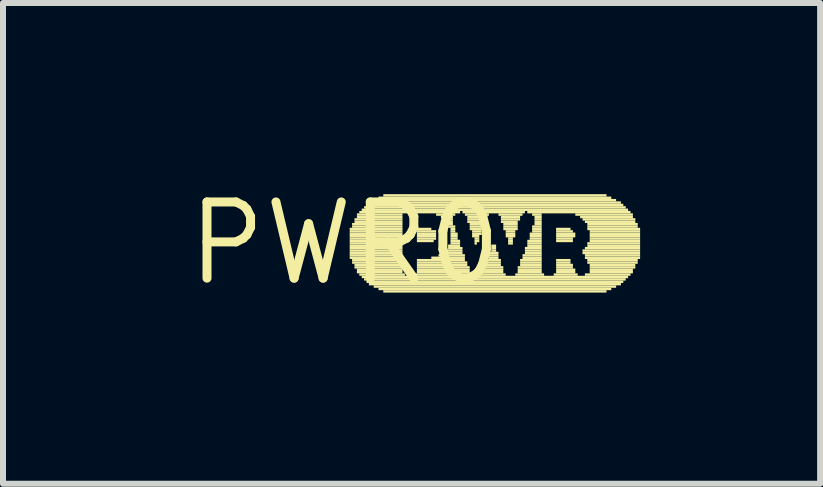
<source format=kicad_pcb>
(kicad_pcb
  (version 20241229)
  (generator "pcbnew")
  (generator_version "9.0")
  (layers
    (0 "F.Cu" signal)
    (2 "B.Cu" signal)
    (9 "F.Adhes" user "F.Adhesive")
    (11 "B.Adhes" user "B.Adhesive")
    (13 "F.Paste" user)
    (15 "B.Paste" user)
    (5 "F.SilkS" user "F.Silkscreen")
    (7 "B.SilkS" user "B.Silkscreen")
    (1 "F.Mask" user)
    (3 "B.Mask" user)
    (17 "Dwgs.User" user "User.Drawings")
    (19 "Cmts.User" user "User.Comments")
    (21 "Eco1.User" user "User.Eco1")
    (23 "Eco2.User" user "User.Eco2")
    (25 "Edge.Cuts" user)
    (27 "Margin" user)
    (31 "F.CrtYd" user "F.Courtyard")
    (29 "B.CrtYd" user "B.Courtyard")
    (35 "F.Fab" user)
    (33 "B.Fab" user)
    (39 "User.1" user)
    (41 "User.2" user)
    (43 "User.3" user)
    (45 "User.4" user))
  (footprint "PWR0"
    (layer "F.Cu")
    (at 2.698 1.006)
    (property "Reference" "PWR0" (at 0 0 0) (layer "F.SilkS") (effects (font (size 1.27 1.27) (thickness 0.15))))
    (attr through_hole)
    (fp_poly (pts (xy 0.08 -0.22) (xy 0.96 -0.22) (xy 0.96 -0.26) (xy 0.08 -0.26)) (stroke (width 0) (type solid)) (fill yes) (layer "F.SilkS"))
    (fp_poly (pts (xy 0.08 -0.18) (xy 0.96 -0.18) (xy 0.96 -0.22) (xy 0.08 -0.22)) (stroke (width 0) (type solid)) (fill yes) (layer "F.SilkS"))
    (fp_poly (pts (xy 0.08 -0.14) (xy 0.96 -0.14) (xy 0.96 -0.18) (xy 0.08 -0.18)) (stroke (width 0) (type solid)) (fill yes) (layer "F.SilkS"))
    (fp_poly (pts (xy 0.08 -0.1) (xy 0.96 -0.1) (xy 0.96 -0.14) (xy 0.08 -0.14)) (stroke (width 0) (type solid)) (fill yes) (layer "F.SilkS"))
    (fp_poly (pts (xy 0.08 -0.06) (xy 0.96 -0.06) (xy 0.96 -0.1) (xy 0.08 -0.1)) (stroke (width 0) (type solid)) (fill yes) (layer "F.SilkS"))
    (fp_poly (pts (xy 0.08 -0.02) (xy 0.96 -0.02) (xy 0.96 -0.06) (xy 0.08 -0.06)) (stroke (width 0) (type solid)) (fill yes) (layer "F.SilkS"))
    (fp_poly (pts (xy 0.08 0.02) (xy 0.96 0.02) (xy 0.96 -0.02) (xy 0.08 -0.02)) (stroke (width 0) (type solid)) (fill yes) (layer "F.SilkS"))
    (fp_poly (pts (xy 0.08 0.06) (xy 0.96 0.06) (xy 0.96 0.02) (xy 0.08 0.02)) (stroke (width 0) (type solid)) (fill yes) (layer "F.SilkS"))
    (fp_poly (pts (xy 0.08 0.1) (xy 0.96 0.1) (xy 0.96 0.06) (xy 0.08 0.06)) (stroke (width 0) (type solid)) (fill yes) (layer "F.SilkS"))
    (fp_poly (pts (xy 0.08 0.14) (xy 0.96 0.14) (xy 0.96 0.1) (xy 0.08 0.1)) (stroke (width 0) (type solid)) (fill yes) (layer "F.SilkS"))
    (fp_poly (pts (xy 0.08 0.18) (xy 0.96 0.18) (xy 0.96 0.14) (xy 0.08 0.14)) (stroke (width 0) (type solid)) (fill yes) (layer "F.SilkS"))
    (fp_poly (pts (xy 0.08 0.22) (xy 0.96 0.22) (xy 0.96 0.18) (xy 0.08 0.18)) (stroke (width 0) (type solid)) (fill yes) (layer "F.SilkS"))
    (fp_poly (pts (xy 0.08 0.26) (xy 0.96 0.26) (xy 0.96 0.22) (xy 0.08 0.22)) (stroke (width 0) (type solid)) (fill yes) (layer "F.SilkS"))
    (fp_poly (pts (xy 0.12 -0.3) (xy 0.96 -0.3) (xy 0.96 -0.34) (xy 0.12 -0.34)) (stroke (width 0) (type solid)) (fill yes) (layer "F.SilkS"))
    (fp_poly (pts (xy 0.12 -0.26) (xy 0.96 -0.26) (xy 0.96 -0.3) (xy 0.12 -0.3)) (stroke (width 0) (type solid)) (fill yes) (layer "F.SilkS"))
    (fp_poly (pts (xy 0.12 0.3) (xy 0.96 0.3) (xy 0.96 0.26) (xy 0.12 0.26)) (stroke (width 0) (type solid)) (fill yes) (layer "F.SilkS"))
    (fp_poly (pts (xy 0.12 0.34) (xy 0.96 0.34) (xy 0.96 0.3) (xy 0.12 0.3)) (stroke (width 0) (type solid)) (fill yes) (layer "F.SilkS"))
    (fp_poly (pts (xy 0.16 -0.38) (xy 0.96 -0.38) (xy 0.96 -0.42) (xy 0.16 -0.42)) (stroke (width 0) (type solid)) (fill yes) (layer "F.SilkS"))
    (fp_poly (pts (xy 0.16 -0.34) (xy 0.96 -0.34) (xy 0.96 -0.38) (xy 0.16 -0.38)) (stroke (width 0) (type solid)) (fill yes) (layer "F.SilkS"))
    (fp_poly (pts (xy 0.16 0.38) (xy 0.96 0.38) (xy 0.96 0.34) (xy 0.16 0.34)) (stroke (width 0) (type solid)) (fill yes) (layer "F.SilkS"))
    (fp_poly (pts (xy 0.16 0.42) (xy 0.96 0.42) (xy 0.96 0.38) (xy 0.16 0.38)) (stroke (width 0) (type solid)) (fill yes) (layer "F.SilkS"))
    (fp_poly (pts (xy 0.2 -0.46) (xy 0.96 -0.46) (xy 0.96 -0.5) (xy 0.2 -0.5)) (stroke (width 0) (type solid)) (fill yes) (layer "F.SilkS"))
    (fp_poly (pts (xy 0.2 -0.42) (xy 0.96 -0.42) (xy 0.96 -0.46) (xy 0.2 -0.46)) (stroke (width 0) (type solid)) (fill yes) (layer "F.SilkS"))
    (fp_poly (pts (xy 0.2 0.46) (xy 0.96 0.46) (xy 0.96 0.42) (xy 0.2 0.42)) (stroke (width 0) (type solid)) (fill yes) (layer "F.SilkS"))
    (fp_poly (pts (xy 0.2 0.5) (xy 0.96 0.5) (xy 0.96 0.46) (xy 0.2 0.46)) (stroke (width 0) (type solid)) (fill yes) (layer "F.SilkS"))
    (fp_poly (pts (xy 0.24 -0.5) (xy 1.92 -0.5) (xy 1.92 -0.54) (xy 0.24 -0.54)) (stroke (width 0) (type solid)) (fill yes) (layer "F.SilkS"))
    (fp_poly (pts (xy 0.24 0.54) (xy 1 0.54) (xy 1 0.5) (xy 0.24 0.5)) (stroke (width 0) (type solid)) (fill yes) (layer "F.SilkS"))
    (fp_poly (pts (xy 0.28 -0.54) (xy 4.72 -0.54) (xy 4.72 -0.58) (xy 0.28 -0.58)) (stroke (width 0) (type solid)) (fill yes) (layer "F.SilkS"))
    (fp_poly (pts (xy 0.28 0.58) (xy 4.72 0.58) (xy 4.72 0.54) (xy 0.28 0.54)) (stroke (width 0) (type solid)) (fill yes) (layer "F.SilkS"))
    (fp_poly (pts (xy 0.32 -0.58) (xy 4.68 -0.58) (xy 4.68 -0.62) (xy 0.32 -0.62)) (stroke (width 0) (type solid)) (fill yes) (layer "F.SilkS"))
    (fp_poly (pts (xy 0.32 0.62) (xy 4.68 0.62) (xy 4.68 0.58) (xy 0.32 0.58)) (stroke (width 0) (type solid)) (fill yes) (layer "F.SilkS"))
    (fp_poly (pts (xy 0.36 -0.62) (xy 4.64 -0.62) (xy 4.64 -0.66) (xy 0.36 -0.66)) (stroke (width 0) (type solid)) (fill yes) (layer "F.SilkS"))
    (fp_poly (pts (xy 0.36 0.66) (xy 4.64 0.66) (xy 4.64 0.62) (xy 0.36 0.62)) (stroke (width 0) (type solid)) (fill yes) (layer "F.SilkS"))
    (fp_poly (pts (xy 0.4 -0.66) (xy 4.6 -0.66) (xy 4.6 -0.7) (xy 0.4 -0.7)) (stroke (width 0) (type solid)) (fill yes) (layer "F.SilkS"))
    (fp_poly (pts (xy 0.4 0.7) (xy 4.6 0.7) (xy 4.6 0.66) (xy 0.4 0.66)) (stroke (width 0) (type solid)) (fill yes) (layer "F.SilkS"))
    (fp_poly (pts (xy 0.48 -0.7) (xy 4.52 -0.7) (xy 4.52 -0.74) (xy 0.48 -0.74)) (stroke (width 0) (type solid)) (fill yes) (layer "F.SilkS"))
    (fp_poly (pts (xy 0.48 0.74) (xy 4.52 0.74) (xy 4.52 0.7) (xy 0.48 0.7)) (stroke (width 0) (type solid)) (fill yes) (layer "F.SilkS"))
    (fp_poly (pts (xy 0.56 -0.74) (xy 4.44 -0.74) (xy 4.44 -0.78) (xy 0.56 -0.78)) (stroke (width 0) (type solid)) (fill yes) (layer "F.SilkS"))
    (fp_poly (pts (xy 0.56 0.78) (xy 4.44 0.78) (xy 4.44 0.74) (xy 0.56 0.74)) (stroke (width 0) (type solid)) (fill yes) (layer "F.SilkS"))
    (fp_poly (pts (xy 0.64 -0.78) (xy 4.36 -0.78) (xy 4.36 -0.82) (xy 0.64 -0.82)) (stroke (width 0) (type solid)) (fill yes) (layer "F.SilkS"))
    (fp_poly (pts (xy 0.64 0.82) (xy 4.36 0.82) (xy 4.36 0.78) (xy 0.64 0.78)) (stroke (width 0) (type solid)) (fill yes) (layer "F.SilkS"))
    (fp_poly (pts (xy 1.16 0.54) (xy 2.12 0.54) (xy 2.12 0.5) (xy 1.16 0.5)) (stroke (width 0) (type solid)) (fill yes) (layer "F.SilkS"))
    (fp_poly (pts (xy 1.2 -0.22) (xy 1.44 -0.22) (xy 1.44 -0.26) (xy 1.2 -0.26)) (stroke (width 0) (type solid)) (fill yes) (layer "F.SilkS"))
    (fp_poly (pts (xy 1.2 -0.18) (xy 1.52 -0.18) (xy 1.52 -0.22) (xy 1.2 -0.22)) (stroke (width 0) (type solid)) (fill yes) (layer "F.SilkS"))
    (fp_poly (pts (xy 1.2 -0.14) (xy 1.52 -0.14) (xy 1.52 -0.18) (xy 1.2 -0.18)) (stroke (width 0) (type solid)) (fill yes) (layer "F.SilkS"))
    (fp_poly (pts (xy 1.2 -0.1) (xy 1.52 -0.1) (xy 1.52 -0.14) (xy 1.2 -0.14)) (stroke (width 0) (type solid)) (fill yes) (layer "F.SilkS"))
    (fp_poly (pts (xy 1.2 -0.06) (xy 1.52 -0.06) (xy 1.52 -0.1) (xy 1.2 -0.1)) (stroke (width 0) (type solid)) (fill yes) (layer "F.SilkS"))
    (fp_poly (pts (xy 1.2 -0.02) (xy 1.48 -0.02) (xy 1.48 -0.06) (xy 1.2 -0.06)) (stroke (width 0) (type solid)) (fill yes) (layer "F.SilkS"))
    (fp_poly (pts (xy 1.2 0.3) (xy 2 0.3) (xy 2 0.26) (xy 1.2 0.26)) (stroke (width 0) (type solid)) (fill yes) (layer "F.SilkS"))
    (fp_poly (pts (xy 1.2 0.34) (xy 2.04 0.34) (xy 2.04 0.3) (xy 1.2 0.3)) (stroke (width 0) (type solid)) (fill yes) (layer "F.SilkS"))
    (fp_poly (pts (xy 1.2 0.38) (xy 2.04 0.38) (xy 2.04 0.34) (xy 1.2 0.34)) (stroke (width 0) (type solid)) (fill yes) (layer "F.SilkS"))
    (fp_poly (pts (xy 1.2 0.42) (xy 2.08 0.42) (xy 2.08 0.38) (xy 1.2 0.38)) (stroke (width 0) (type solid)) (fill yes) (layer "F.SilkS"))
    (fp_poly (pts (xy 1.2 0.46) (xy 2.08 0.46) (xy 2.08 0.42) (xy 1.2 0.42)) (stroke (width 0) (type solid)) (fill yes) (layer "F.SilkS"))
    (fp_poly (pts (xy 1.2 0.5) (xy 2.08 0.5) (xy 2.08 0.46) (xy 1.2 0.46)) (stroke (width 0) (type solid)) (fill yes) (layer "F.SilkS"))
    (fp_poly (pts (xy 1.44 0.26) (xy 2 0.26) (xy 2 0.22) (xy 1.44 0.22)) (stroke (width 0) (type solid)) (fill yes) (layer "F.SilkS"))
    (fp_poly (pts (xy 1.52 -0.46) (xy 1.84 -0.46) (xy 1.84 -0.5) (xy 1.52 -0.5)) (stroke (width 0) (type solid)) (fill yes) (layer "F.SilkS"))
    (fp_poly (pts (xy 1.56 0.22) (xy 2 0.22) (xy 2 0.18) (xy 1.56 0.18)) (stroke (width 0) (type solid)) (fill yes) (layer "F.SilkS"))
    (fp_poly (pts (xy 1.6 -0.42) (xy 1.8 -0.42) (xy 1.8 -0.46) (xy 1.6 -0.46)) (stroke (width 0) (type solid)) (fill yes) (layer "F.SilkS"))
    (fp_poly (pts (xy 1.64 -0.38) (xy 1.8 -0.38) (xy 1.8 -0.42) (xy 1.64 -0.42)) (stroke (width 0) (type solid)) (fill yes) (layer "F.SilkS"))
    (fp_poly (pts (xy 1.64 0.18) (xy 1.96 0.18) (xy 1.96 0.14) (xy 1.64 0.14)) (stroke (width 0) (type solid)) (fill yes) (layer "F.SilkS"))
    (fp_poly (pts (xy 1.68 -0.34) (xy 1.8 -0.34) (xy 1.8 -0.38) (xy 1.68 -0.38)) (stroke (width 0) (type solid)) (fill yes) (layer "F.SilkS"))
    (fp_poly (pts (xy 1.68 0.14) (xy 1.96 0.14) (xy 1.96 0.1) (xy 1.68 0.1)) (stroke (width 0) (type solid)) (fill yes) (layer "F.SilkS"))
    (fp_poly (pts (xy 1.72 -0.3) (xy 1.8 -0.3) (xy 1.8 -0.34) (xy 1.72 -0.34)) (stroke (width 0) (type solid)) (fill yes) (layer "F.SilkS"))
    (fp_poly (pts (xy 1.72 -0.26) (xy 1.84 -0.26) (xy 1.84 -0.3) (xy 1.72 -0.3)) (stroke (width 0) (type solid)) (fill yes) (layer "F.SilkS"))
    (fp_poly (pts (xy 1.72 0.06) (xy 1.92 0.06) (xy 1.92 0.02) (xy 1.72 0.02)) (stroke (width 0) (type solid)) (fill yes) (layer "F.SilkS"))
    (fp_poly (pts (xy 1.72 0.1) (xy 1.96 0.1) (xy 1.96 0.06) (xy 1.72 0.06)) (stroke (width 0) (type solid)) (fill yes) (layer "F.SilkS"))
    (fp_poly (pts (xy 1.76 -0.22) (xy 1.84 -0.22) (xy 1.84 -0.26) (xy 1.76 -0.26)) (stroke (width 0) (type solid)) (fill yes) (layer "F.SilkS"))
    (fp_poly (pts (xy 1.76 -0.18) (xy 1.84 -0.18) (xy 1.84 -0.22) (xy 1.76 -0.22)) (stroke (width 0) (type solid)) (fill yes) (layer "F.SilkS"))
    (fp_poly (pts (xy 1.76 -0.14) (xy 1.88 -0.14) (xy 1.88 -0.18) (xy 1.76 -0.18)) (stroke (width 0) (type solid)) (fill yes) (layer "F.SilkS"))
    (fp_poly (pts (xy 1.76 -0.1) (xy 1.88 -0.1) (xy 1.88 -0.14) (xy 1.76 -0.14)) (stroke (width 0) (type solid)) (fill yes) (layer "F.SilkS"))
    (fp_poly (pts (xy 1.76 -0.06) (xy 1.88 -0.06) (xy 1.88 -0.1) (xy 1.76 -0.1)) (stroke (width 0) (type solid)) (fill yes) (layer "F.SilkS"))
    (fp_poly (pts (xy 1.76 -0.02) (xy 1.92 -0.02) (xy 1.92 -0.06) (xy 1.76 -0.06)) (stroke (width 0) (type solid)) (fill yes) (layer "F.SilkS"))
    (fp_poly (pts (xy 1.76 0.02) (xy 1.92 0.02) (xy 1.92 -0.02) (xy 1.76 -0.02)) (stroke (width 0) (type solid)) (fill yes) (layer "F.SilkS"))
    (fp_poly (pts (xy 1.96 -0.5) (xy 3 -0.5) (xy 3 -0.54) (xy 1.96 -0.54)) (stroke (width 0) (type solid)) (fill yes) (layer "F.SilkS"))
    (fp_poly (pts (xy 2 -0.46) (xy 2.4 -0.46) (xy 2.4 -0.5) (xy 2 -0.5)) (stroke (width 0) (type solid)) (fill yes) (layer "F.SilkS"))
    (fp_poly (pts (xy 2.04 -0.42) (xy 2.36 -0.42) (xy 2.36 -0.46) (xy 2.04 -0.46)) (stroke (width 0) (type solid)) (fill yes) (layer "F.SilkS"))
    (fp_poly (pts (xy 2.04 -0.38) (xy 2.36 -0.38) (xy 2.36 -0.42) (xy 2.04 -0.42)) (stroke (width 0) (type solid)) (fill yes) (layer "F.SilkS"))
    (fp_poly (pts (xy 2.04 -0.34) (xy 2.32 -0.34) (xy 2.32 -0.38) (xy 2.04 -0.38)) (stroke (width 0) (type solid)) (fill yes) (layer "F.SilkS"))
    (fp_poly (pts (xy 2.08 -0.3) (xy 2.32 -0.3) (xy 2.32 -0.34) (xy 2.08 -0.34)) (stroke (width 0) (type solid)) (fill yes) (layer "F.SilkS"))
    (fp_poly (pts (xy 2.08 -0.26) (xy 2.32 -0.26) (xy 2.32 -0.3) (xy 2.08 -0.3)) (stroke (width 0) (type solid)) (fill yes) (layer "F.SilkS"))
    (fp_poly (pts (xy 2.08 -0.22) (xy 2.28 -0.22) (xy 2.28 -0.26) (xy 2.08 -0.26)) (stroke (width 0) (type solid)) (fill yes) (layer "F.SilkS"))
    (fp_poly (pts (xy 2.12 -0.18) (xy 2.28 -0.18) (xy 2.28 -0.22) (xy 2.12 -0.22)) (stroke (width 0) (type solid)) (fill yes) (layer "F.SilkS"))
    (fp_poly (pts (xy 2.12 -0.14) (xy 2.28 -0.14) (xy 2.28 -0.18) (xy 2.12 -0.18)) (stroke (width 0) (type solid)) (fill yes) (layer "F.SilkS"))
    (fp_poly (pts (xy 2.12 -0.1) (xy 2.24 -0.1) (xy 2.24 -0.14) (xy 2.12 -0.14)) (stroke (width 0) (type solid)) (fill yes) (layer "F.SilkS"))
    (fp_poly (pts (xy 2.16 -0.06) (xy 2.24 -0.06) (xy 2.24 -0.1) (xy 2.16 -0.1)) (stroke (width 0) (type solid)) (fill yes) (layer "F.SilkS"))
    (fp_poly (pts (xy 2.16 -0.02) (xy 2.24 -0.02) (xy 2.24 -0.06) (xy 2.16 -0.06)) (stroke (width 0) (type solid)) (fill yes) (layer "F.SilkS"))
    (fp_poly (pts (xy 2.16 0.02) (xy 2.2 0.02) (xy 2.2 -0.02) (xy 2.16 -0.02)) (stroke (width 0) (type solid)) (fill yes) (layer "F.SilkS"))
    (fp_poly (pts (xy 2.24 0.54) (xy 2.68 0.54) (xy 2.68 0.5) (xy 2.24 0.5)) (stroke (width 0) (type solid)) (fill yes) (layer "F.SilkS"))
    (fp_poly (pts (xy 2.28 0.5) (xy 2.64 0.5) (xy 2.64 0.46) (xy 2.28 0.46)) (stroke (width 0) (type solid)) (fill yes) (layer "F.SilkS"))
    (fp_poly (pts (xy 2.32 0.42) (xy 2.64 0.42) (xy 2.64 0.38) (xy 2.32 0.38)) (stroke (width 0) (type solid)) (fill yes) (layer "F.SilkS"))
    (fp_poly (pts (xy 2.32 0.46) (xy 2.64 0.46) (xy 2.64 0.42) (xy 2.32 0.42)) (stroke (width 0) (type solid)) (fill yes) (layer "F.SilkS"))
    (fp_poly (pts (xy 2.36 0.3) (xy 2.6 0.3) (xy 2.6 0.26) (xy 2.36 0.26)) (stroke (width 0) (type solid)) (fill yes) (layer "F.SilkS"))
    (fp_poly (pts (xy 2.36 0.34) (xy 2.6 0.34) (xy 2.6 0.3) (xy 2.36 0.3)) (stroke (width 0) (type solid)) (fill yes) (layer "F.SilkS"))
    (fp_poly (pts (xy 2.36 0.38) (xy 2.6 0.38) (xy 2.6 0.34) (xy 2.36 0.34)) (stroke (width 0) (type solid)) (fill yes) (layer "F.SilkS"))
    (fp_poly (pts (xy 2.4 0.18) (xy 2.56 0.18) (xy 2.56 0.14) (xy 2.4 0.14)) (stroke (width 0) (type solid)) (fill yes) (layer "F.SilkS"))
    (fp_poly (pts (xy 2.4 0.22) (xy 2.56 0.22) (xy 2.56 0.18) (xy 2.4 0.18)) (stroke (width 0) (type solid)) (fill yes) (layer "F.SilkS"))
    (fp_poly (pts (xy 2.4 0.26) (xy 2.56 0.26) (xy 2.56 0.22) (xy 2.4 0.22)) (stroke (width 0) (type solid)) (fill yes) (layer "F.SilkS"))
    (fp_poly (pts (xy 2.44 0.06) (xy 2.52 0.06) (xy 2.52 0.02) (xy 2.44 0.02)) (stroke (width 0) (type solid)) (fill yes) (layer "F.SilkS"))
    (fp_poly (pts (xy 2.44 0.1) (xy 2.52 0.1) (xy 2.52 0.06) (xy 2.44 0.06)) (stroke (width 0) (type solid)) (fill yes) (layer "F.SilkS"))
    (fp_poly (pts (xy 2.44 0.14) (xy 2.52 0.14) (xy 2.52 0.1) (xy 2.44 0.1)) (stroke (width 0) (type solid)) (fill yes) (layer "F.SilkS"))
    (fp_poly (pts (xy 2.56 -0.46) (xy 2.96 -0.46) (xy 2.96 -0.5) (xy 2.56 -0.5)) (stroke (width 0) (type solid)) (fill yes) (layer "F.SilkS"))
    (fp_poly (pts (xy 2.6 -0.42) (xy 2.92 -0.42) (xy 2.92 -0.46) (xy 2.6 -0.46)) (stroke (width 0) (type solid)) (fill yes) (layer "F.SilkS"))
    (fp_poly (pts (xy 2.6 -0.38) (xy 2.92 -0.38) (xy 2.92 -0.42) (xy 2.6 -0.42)) (stroke (width 0) (type solid)) (fill yes) (layer "F.SilkS"))
    (fp_poly (pts (xy 2.6 -0.34) (xy 2.88 -0.34) (xy 2.88 -0.38) (xy 2.6 -0.38)) (stroke (width 0) (type solid)) (fill yes) (layer "F.SilkS"))
    (fp_poly (pts (xy 2.64 -0.3) (xy 2.88 -0.3) (xy 2.88 -0.34) (xy 2.64 -0.34)) (stroke (width 0) (type solid)) (fill yes) (layer "F.SilkS"))
    (fp_poly (pts (xy 2.64 -0.26) (xy 2.88 -0.26) (xy 2.88 -0.3) (xy 2.64 -0.3)) (stroke (width 0) (type solid)) (fill yes) (layer "F.SilkS"))
    (fp_poly (pts (xy 2.64 -0.22) (xy 2.88 -0.22) (xy 2.88 -0.26) (xy 2.64 -0.26)) (stroke (width 0) (type solid)) (fill yes) (layer "F.SilkS"))
    (fp_poly (pts (xy 2.68 -0.18) (xy 2.84 -0.18) (xy 2.84 -0.22) (xy 2.68 -0.22)) (stroke (width 0) (type solid)) (fill yes) (layer "F.SilkS"))
    (fp_poly (pts (xy 2.68 -0.14) (xy 2.84 -0.14) (xy 2.84 -0.18) (xy 2.68 -0.18)) (stroke (width 0) (type solid)) (fill yes) (layer "F.SilkS"))
    (fp_poly (pts (xy 2.68 -0.1) (xy 2.84 -0.1) (xy 2.84 -0.14) (xy 2.68 -0.14)) (stroke (width 0) (type solid)) (fill yes) (layer "F.SilkS"))
    (fp_poly (pts (xy 2.72 -0.06) (xy 2.8 -0.06) (xy 2.8 -0.1) (xy 2.72 -0.1)) (stroke (width 0) (type solid)) (fill yes) (layer "F.SilkS"))
    (fp_poly (pts (xy 2.72 -0.02) (xy 2.8 -0.02) (xy 2.8 -0.06) (xy 2.72 -0.06)) (stroke (width 0) (type solid)) (fill yes) (layer "F.SilkS"))
    (fp_poly (pts (xy 2.72 0.02) (xy 2.8 0.02) (xy 2.8 -0.02) (xy 2.72 -0.02)) (stroke (width 0) (type solid)) (fill yes) (layer "F.SilkS"))
    (fp_poly (pts (xy 2.84 0.54) (xy 3.32 0.54) (xy 3.32 0.5) (xy 2.84 0.5)) (stroke (width 0) (type solid)) (fill yes) (layer "F.SilkS"))
    (fp_poly (pts (xy 2.88 0.42) (xy 3.28 0.42) (xy 3.28 0.38) (xy 2.88 0.38)) (stroke (width 0) (type solid)) (fill yes) (layer "F.SilkS"))
    (fp_poly (pts (xy 2.88 0.46) (xy 3.28 0.46) (xy 3.28 0.42) (xy 2.88 0.42)) (stroke (width 0) (type solid)) (fill yes) (layer "F.SilkS"))
    (fp_poly (pts (xy 2.88 0.5) (xy 3.28 0.5) (xy 3.28 0.46) (xy 2.88 0.46)) (stroke (width 0) (type solid)) (fill yes) (layer "F.SilkS"))
    (fp_poly (pts (xy 2.92 0.3) (xy 3.28 0.3) (xy 3.28 0.26) (xy 2.92 0.26)) (stroke (width 0) (type solid)) (fill yes) (layer "F.SilkS"))
    (fp_poly (pts (xy 2.92 0.34) (xy 3.28 0.34) (xy 3.28 0.3) (xy 2.92 0.3)) (stroke (width 0) (type solid)) (fill yes) (layer "F.SilkS"))
    (fp_poly (pts (xy 2.92 0.38) (xy 3.28 0.38) (xy 3.28 0.34) (xy 2.92 0.34)) (stroke (width 0) (type solid)) (fill yes) (layer "F.SilkS"))
    (fp_poly (pts (xy 2.96 0.22) (xy 3.28 0.22) (xy 3.28 0.18) (xy 2.96 0.18)) (stroke (width 0) (type solid)) (fill yes) (layer "F.SilkS"))
    (fp_poly (pts (xy 2.96 0.26) (xy 3.28 0.26) (xy 3.28 0.22) (xy 2.96 0.22)) (stroke (width 0) (type solid)) (fill yes) (layer "F.SilkS"))
    (fp_poly (pts (xy 3 0.1) (xy 3.28 0.1) (xy 3.28 0.06) (xy 3 0.06)) (stroke (width 0) (type solid)) (fill yes) (layer "F.SilkS"))
    (fp_poly (pts (xy 3 0.14) (xy 3.28 0.14) (xy 3.28 0.1) (xy 3 0.1)) (stroke (width 0) (type solid)) (fill yes) (layer "F.SilkS"))
    (fp_poly (pts (xy 3 0.18) (xy 3.28 0.18) (xy 3.28 0.14) (xy 3 0.14)) (stroke (width 0) (type solid)) (fill yes) (layer "F.SilkS"))
    (fp_poly (pts (xy 3.04 -0.5) (xy 4.76 -0.5) (xy 4.76 -0.54) (xy 3.04 -0.54)) (stroke (width 0) (type solid)) (fill yes) (layer "F.SilkS"))
    (fp_poly (pts (xy 3.04 -0.02) (xy 3.28 -0.02) (xy 3.28 -0.06) (xy 3.04 -0.06)) (stroke (width 0) (type solid)) (fill yes) (layer "F.SilkS"))
    (fp_poly (pts (xy 3.04 0.02) (xy 3.28 0.02) (xy 3.28 -0.02) (xy 3.04 -0.02)) (stroke (width 0) (type solid)) (fill yes) (layer "F.SilkS"))
    (fp_poly (pts (xy 3.04 0.06) (xy 3.28 0.06) (xy 3.28 0.02) (xy 3.04 0.02)) (stroke (width 0) (type solid)) (fill yes) (layer "F.SilkS"))
    (fp_poly (pts (xy 3.08 -0.14) (xy 3.28 -0.14) (xy 3.28 -0.18) (xy 3.08 -0.18)) (stroke (width 0) (type solid)) (fill yes) (layer "F.SilkS"))
    (fp_poly (pts (xy 3.08 -0.1) (xy 3.28 -0.1) (xy 3.28 -0.14) (xy 3.08 -0.14)) (stroke (width 0) (type solid)) (fill yes) (layer "F.SilkS"))
    (fp_poly (pts (xy 3.08 -0.06) (xy 3.28 -0.06) (xy 3.28 -0.1) (xy 3.08 -0.1)) (stroke (width 0) (type solid)) (fill yes) (layer "F.SilkS"))
    (fp_poly (pts (xy 3.12 -0.46) (xy 3.28 -0.46) (xy 3.28 -0.5) (xy 3.12 -0.5)) (stroke (width 0) (type solid)) (fill yes) (layer "F.SilkS"))
    (fp_poly (pts (xy 3.12 -0.26) (xy 3.28 -0.26) (xy 3.28 -0.3) (xy 3.12 -0.3)) (stroke (width 0) (type solid)) (fill yes) (layer "F.SilkS"))
    (fp_poly (pts (xy 3.12 -0.22) (xy 3.28 -0.22) (xy 3.28 -0.26) (xy 3.12 -0.26)) (stroke (width 0) (type solid)) (fill yes) (layer "F.SilkS"))
    (fp_poly (pts (xy 3.12 -0.18) (xy 3.28 -0.18) (xy 3.28 -0.22) (xy 3.12 -0.22)) (stroke (width 0) (type solid)) (fill yes) (layer "F.SilkS"))
    (fp_poly (pts (xy 3.16 -0.42) (xy 3.28 -0.42) (xy 3.28 -0.46) (xy 3.16 -0.46)) (stroke (width 0) (type solid)) (fill yes) (layer "F.SilkS"))
    (fp_poly (pts (xy 3.16 -0.38) (xy 3.28 -0.38) (xy 3.28 -0.42) (xy 3.16 -0.42)) (stroke (width 0) (type solid)) (fill yes) (layer "F.SilkS"))
    (fp_poly (pts (xy 3.16 -0.34) (xy 3.28 -0.34) (xy 3.28 -0.38) (xy 3.16 -0.38)) (stroke (width 0) (type solid)) (fill yes) (layer "F.SilkS"))
    (fp_poly (pts (xy 3.16 -0.3) (xy 3.28 -0.3) (xy 3.28 -0.34) (xy 3.16 -0.34)) (stroke (width 0) (type solid)) (fill yes) (layer "F.SilkS"))
    (fp_poly (pts (xy 3.48 0.54) (xy 3.88 0.54) (xy 3.88 0.5) (xy 3.48 0.5)) (stroke (width 0) (type solid)) (fill yes) (layer "F.SilkS"))
    (fp_poly (pts (xy 3.52 -0.22) (xy 3.76 -0.22) (xy 3.76 -0.26) (xy 3.52 -0.26)) (stroke (width 0) (type solid)) (fill yes) (layer "F.SilkS"))
    (fp_poly (pts (xy 3.52 -0.18) (xy 3.8 -0.18) (xy 3.8 -0.22) (xy 3.52 -0.22)) (stroke (width 0) (type solid)) (fill yes) (layer "F.SilkS"))
    (fp_poly (pts (xy 3.52 -0.14) (xy 3.84 -0.14) (xy 3.84 -0.18) (xy 3.52 -0.18)) (stroke (width 0) (type solid)) (fill yes) (layer "F.SilkS"))
    (fp_poly (pts (xy 3.52 -0.1) (xy 3.84 -0.1) (xy 3.84 -0.14) (xy 3.52 -0.14)) (stroke (width 0) (type solid)) (fill yes) (layer "F.SilkS"))
    (fp_poly (pts (xy 3.52 -0.06) (xy 3.8 -0.06) (xy 3.8 -0.1) (xy 3.52 -0.1)) (stroke (width 0) (type solid)) (fill yes) (layer "F.SilkS"))
    (fp_poly (pts (xy 3.52 -0.02) (xy 3.8 -0.02) (xy 3.8 -0.06) (xy 3.52 -0.06)) (stroke (width 0) (type solid)) (fill yes) (layer "F.SilkS"))
    (fp_poly (pts (xy 3.52 0.3) (xy 3.76 0.3) (xy 3.76 0.26) (xy 3.52 0.26)) (stroke (width 0) (type solid)) (fill yes) (layer "F.SilkS"))
    (fp_poly (pts (xy 3.52 0.34) (xy 3.76 0.34) (xy 3.76 0.3) (xy 3.52 0.3)) (stroke (width 0) (type solid)) (fill yes) (layer "F.SilkS"))
    (fp_poly (pts (xy 3.52 0.38) (xy 3.8 0.38) (xy 3.8 0.34) (xy 3.52 0.34)) (stroke (width 0) (type solid)) (fill yes) (layer "F.SilkS"))
    (fp_poly (pts (xy 3.52 0.42) (xy 3.8 0.42) (xy 3.8 0.38) (xy 3.52 0.38)) (stroke (width 0) (type solid)) (fill yes) (layer "F.SilkS"))
    (fp_poly (pts (xy 3.52 0.46) (xy 3.84 0.46) (xy 3.84 0.42) (xy 3.52 0.42)) (stroke (width 0) (type solid)) (fill yes) (layer "F.SilkS"))
    (fp_poly (pts (xy 3.52 0.5) (xy 3.84 0.5) (xy 3.84 0.46) (xy 3.52 0.46)) (stroke (width 0) (type solid)) (fill yes) (layer "F.SilkS"))
    (fp_poly (pts (xy 3.84 -0.46) (xy 4.8 -0.46) (xy 4.8 -0.5) (xy 3.84 -0.5)) (stroke (width 0) (type solid)) (fill yes) (layer "F.SilkS"))
    (fp_poly (pts (xy 3.92 -0.42) (xy 4.8 -0.42) (xy 4.8 -0.46) (xy 3.92 -0.46)) (stroke (width 0) (type solid)) (fill yes) (layer "F.SilkS"))
    (fp_poly (pts (xy 3.96 -0.38) (xy 4.84 -0.38) (xy 4.84 -0.42) (xy 3.96 -0.42)) (stroke (width 0) (type solid)) (fill yes) (layer "F.SilkS"))
    (fp_poly (pts (xy 3.96 0.14) (xy 4.92 0.14) (xy 4.92 0.1) (xy 3.96 0.1)) (stroke (width 0) (type solid)) (fill yes) (layer "F.SilkS"))
    (fp_poly (pts (xy 3.96 0.18) (xy 4.92 0.18) (xy 4.92 0.14) (xy 3.96 0.14)) (stroke (width 0) (type solid)) (fill yes) (layer "F.SilkS"))
    (fp_poly (pts (xy 4 -0.34) (xy 4.84 -0.34) (xy 4.84 -0.38) (xy 4 -0.38)) (stroke (width 0) (type solid)) (fill yes) (layer "F.SilkS"))
    (fp_poly (pts (xy 4 0.1) (xy 4.92 0.1) (xy 4.92 0.06) (xy 4 0.06)) (stroke (width 0) (type solid)) (fill yes) (layer "F.SilkS"))
    (fp_poly (pts (xy 4 0.22) (xy 4.92 0.22) (xy 4.92 0.18) (xy 4 0.18)) (stroke (width 0) (type solid)) (fill yes) (layer "F.SilkS"))
    (fp_poly (pts (xy 4 0.26) (xy 4.92 0.26) (xy 4.92 0.22) (xy 4 0.22)) (stroke (width 0) (type solid)) (fill yes) (layer "F.SilkS"))
    (fp_poly (pts (xy 4 0.54) (xy 4.76 0.54) (xy 4.76 0.5) (xy 4 0.5)) (stroke (width 0) (type solid)) (fill yes) (layer "F.SilkS"))
    (fp_poly (pts (xy 4.04 -0.3) (xy 4.88 -0.3) (xy 4.88 -0.34) (xy 4.04 -0.34)) (stroke (width 0) (type solid)) (fill yes) (layer "F.SilkS"))
    (fp_poly (pts (xy 4.04 -0.26) (xy 4.88 -0.26) (xy 4.88 -0.3) (xy 4.04 -0.3)) (stroke (width 0) (type solid)) (fill yes) (layer "F.SilkS"))
    (fp_poly (pts (xy 4.04 -0.22) (xy 4.92 -0.22) (xy 4.92 -0.26) (xy 4.04 -0.26)) (stroke (width 0) (type solid)) (fill yes) (layer "F.SilkS"))
    (fp_poly (pts (xy 4.04 0.02) (xy 4.92 0.02) (xy 4.92 -0.02) (xy 4.04 -0.02)) (stroke (width 0) (type solid)) (fill yes) (layer "F.SilkS"))
    (fp_poly (pts (xy 4.04 0.06) (xy 4.92 0.06) (xy 4.92 0.02) (xy 4.04 0.02)) (stroke (width 0) (type solid)) (fill yes) (layer "F.SilkS"))
    (fp_poly (pts (xy 4.04 0.3) (xy 4.88 0.3) (xy 4.88 0.26) (xy 4.04 0.26)) (stroke (width 0) (type solid)) (fill yes) (layer "F.SilkS"))
    (fp_poly (pts (xy 4.04 0.34) (xy 4.88 0.34) (xy 4.88 0.3) (xy 4.04 0.3)) (stroke (width 0) (type solid)) (fill yes) (layer "F.SilkS"))
    (fp_poly (pts (xy 4.08 -0.18) (xy 4.92 -0.18) (xy 4.92 -0.22) (xy 4.08 -0.22)) (stroke (width 0) (type solid)) (fill yes) (layer "F.SilkS"))
    (fp_poly (pts (xy 4.08 -0.14) (xy 4.92 -0.14) (xy 4.92 -0.18) (xy 4.08 -0.18)) (stroke (width 0) (type solid)) (fill yes) (layer "F.SilkS"))
    (fp_poly (pts (xy 4.08 -0.1) (xy 4.92 -0.1) (xy 4.92 -0.14) (xy 4.08 -0.14)) (stroke (width 0) (type solid)) (fill yes) (layer "F.SilkS"))
    (fp_poly (pts (xy 4.08 -0.06) (xy 4.92 -0.06) (xy 4.92 -0.1) (xy 4.08 -0.1)) (stroke (width 0) (type solid)) (fill yes) (layer "F.SilkS"))
    (fp_poly (pts (xy 4.08 -0.02) (xy 4.92 -0.02) (xy 4.92 -0.06) (xy 4.08 -0.06)) (stroke (width 0) (type solid)) (fill yes) (layer "F.SilkS"))
    (fp_poly (pts (xy 4.08 0.38) (xy 4.84 0.38) (xy 4.84 0.34) (xy 4.08 0.34)) (stroke (width 0) (type solid)) (fill yes) (layer "F.SilkS"))
    (fp_poly (pts (xy 4.08 0.42) (xy 4.84 0.42) (xy 4.84 0.38) (xy 4.08 0.38)) (stroke (width 0) (type solid)) (fill yes) (layer "F.SilkS"))
    (fp_poly (pts (xy 4.08 0.46) (xy 4.8 0.46) (xy 4.8 0.42) (xy 4.08 0.42)) (stroke (width 0) (type solid)) (fill yes) (layer "F.SilkS"))
    (fp_poly (pts (xy 4.08 0.5) (xy 4.8 0.5) (xy 4.8 0.46) (xy 4.08 0.46)) (stroke (width 0) (type solid)) (fill yes) (layer "F.SilkS")))
  (gr_rect
    (start -3 -3)
    (end 10.618 5.012)
    (stroke (width 0.1) (type default))
    (fill no)
    (layer "Edge.Cuts")))
</source>
